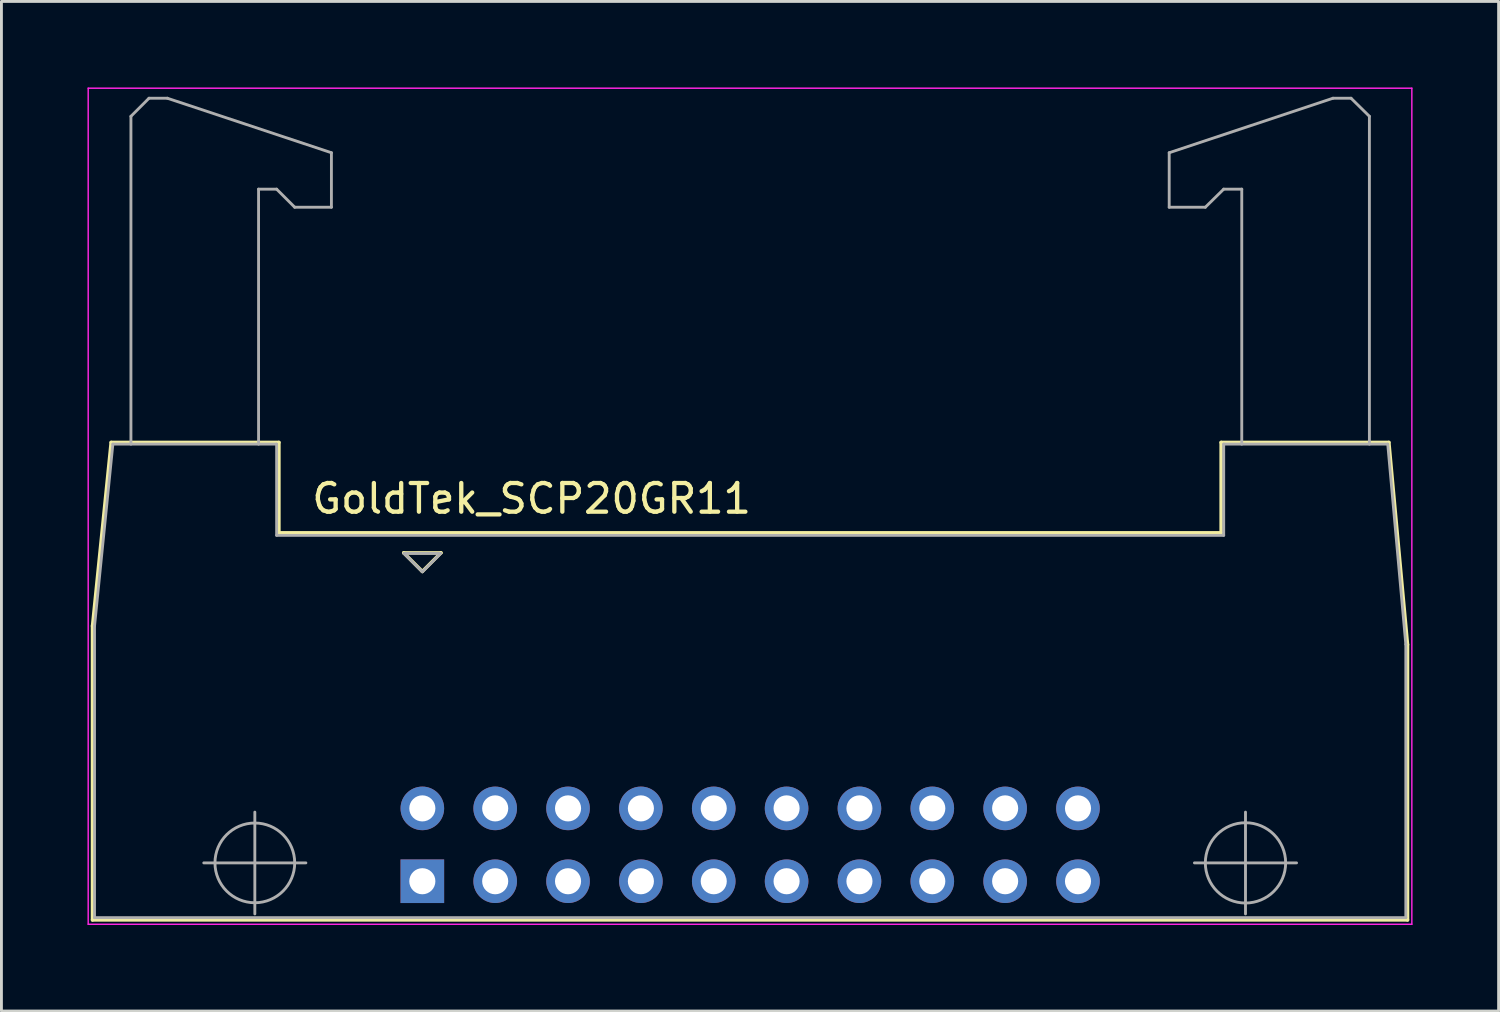
<source format=kicad_pcb>
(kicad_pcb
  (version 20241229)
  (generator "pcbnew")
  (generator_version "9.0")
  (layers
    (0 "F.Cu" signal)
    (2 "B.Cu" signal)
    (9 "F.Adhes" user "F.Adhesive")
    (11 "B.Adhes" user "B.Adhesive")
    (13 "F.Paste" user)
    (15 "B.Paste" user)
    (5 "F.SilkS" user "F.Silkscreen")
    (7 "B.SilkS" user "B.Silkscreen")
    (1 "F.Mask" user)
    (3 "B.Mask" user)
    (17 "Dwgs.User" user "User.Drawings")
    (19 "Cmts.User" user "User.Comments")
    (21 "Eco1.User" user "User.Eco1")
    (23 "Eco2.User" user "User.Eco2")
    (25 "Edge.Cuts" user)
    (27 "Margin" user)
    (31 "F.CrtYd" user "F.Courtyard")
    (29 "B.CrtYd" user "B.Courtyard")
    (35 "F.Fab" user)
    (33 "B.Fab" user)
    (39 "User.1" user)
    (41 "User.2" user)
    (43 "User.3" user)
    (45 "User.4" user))
  (footprint "GoldTek_SCP20GR11"
    (layer "F.Cu")
    (at 11.675 27.675)
    (property "Reference" "GoldTek_SCP20GR11" (at 3.81 -13.34 0) (layer "F.SilkS") (effects (font (size 1 1) (thickness 0.15))))
    (attr through_hole)
    (fp_line (start -11.5 -8.9) (end -10.85 -15.3) (stroke (width 0.12) (type solid)) (layer "F.SilkS"))
    (fp_line (start -11.5 1.35) (end -11.5 -8.9) (stroke (width 0.12) (type solid)) (layer "F.SilkS"))
    (fp_line (start -10.85 -15.3) (end -5 -15.3) (stroke (width 0.12) (type solid)) (layer "F.SilkS"))
    (fp_line (start -5 -15.3) (end -5 -12.15) (stroke (width 0.12) (type solid)) (layer "F.SilkS"))
    (fp_line (start -5 -12.15) (end 27.85 -12.15) (stroke (width 0.12) (type solid)) (layer "F.SilkS"))
    (fp_line (start -0.65 -11.45) (end 0 -10.8) (stroke (width 0.12) (type solid)) (layer "F.SilkS"))
    (fp_line (start 0 -10.8) (end 0.65 -11.45) (stroke (width 0.12) (type solid)) (layer "F.SilkS"))
    (fp_line (start 0.65 -11.45) (end -0.65 -11.45) (stroke (width 0.12) (type solid)) (layer "F.SilkS"))
    (fp_line (start 27.85 -15.3) (end 33.7 -15.3) (stroke (width 0.12) (type solid)) (layer "F.SilkS"))
    (fp_line (start 27.85 -12.15) (end 27.85 -15.3) (stroke (width 0.12) (type solid)) (layer "F.SilkS"))
    (fp_line (start 33.7 -15.3) (end 34.35 -8.25) (stroke (width 0.12) (type solid)) (layer "F.SilkS"))
    (fp_line (start 34.35 -8.25) (end 34.35 1.35) (stroke (width 0.12) (type solid)) (layer "F.SilkS"))
    (fp_line (start 34.35 1.35) (end -11.5 1.35) (stroke (width 0.12) (type solid)) (layer "F.SilkS"))
    (fp_line (start -11.65 -27.65) (end 34.5 -27.65) (stroke (width 0.05) (type solid)) (layer "F.CrtYd"))
    (fp_line (start -11.65 1.5) (end -11.65 -27.65) (stroke (width 0.05) (type solid)) (layer "F.CrtYd"))
    (fp_line (start 34.5 -27.65) (end 34.5 1.5) (stroke (width 0.05) (type solid)) (layer "F.CrtYd"))
    (fp_line (start 34.5 1.5) (end -11.65 1.5) (stroke (width 0.05) (type solid)) (layer "F.CrtYd"))
    (fp_line (start -11.43 -8.89) (end -10.79 -15.24) (stroke (width 0.1) (type solid)) (layer "F.Fab"))
    (fp_line (start -11.43 1.27) (end -11.43 -8.89) (stroke (width 0.1) (type solid)) (layer "F.Fab"))
    (fp_line (start -11.43 1.27) (end 34.29 1.27) (stroke (width 0.1) (type solid)) (layer "F.Fab"))
    (fp_line (start -10.79 -15.24) (end -5.08 -15.24) (stroke (width 0.1) (type solid)) (layer "F.Fab"))
    (fp_line (start -10.16 -26.67) (end -9.53 -27.3) (stroke (width 0.1) (type solid)) (layer "F.Fab"))
    (fp_line (start -10.16 -15.24) (end -10.16 -26.67) (stroke (width 0.1) (type solid)) (layer "F.Fab"))
    (fp_line (start -9.53 -27.3) (end -8.89 -27.3) (stroke (width 0.1) (type solid)) (layer "F.Fab"))
    (fp_line (start -8.89 -27.3) (end -3.17 -25.4) (stroke (width 0.1) (type solid)) (layer "F.Fab"))
    (fp_line (start -7.62 -0.64) (end -4.06 -0.64) (stroke (width 0.1) (type solid)) (layer "F.Fab"))
    (fp_line (start -5.84 -2.41) (end -5.84 1.14) (stroke (width 0.1) (type solid)) (layer "F.Fab"))
    (fp_line (start -5.71 -24.13) (end -5.71 -15.24) (stroke (width 0.1) (type solid)) (layer "F.Fab"))
    (fp_line (start -5.08 -24.13) (end -5.71 -24.13) (stroke (width 0.1) (type solid)) (layer "F.Fab"))
    (fp_line (start -5.08 -15.24) (end -5.08 -12.06) (stroke (width 0.1) (type solid)) (layer "F.Fab"))
    (fp_line (start -4.45 -23.5) (end -5.08 -24.13) (stroke (width 0.1) (type solid)) (layer "F.Fab"))
    (fp_line (start -3.17 -25.4) (end -3.17 -23.5) (stroke (width 0.1) (type solid)) (layer "F.Fab"))
    (fp_line (start -3.17 -23.5) (end -4.45 -23.5) (stroke (width 0.1) (type solid)) (layer "F.Fab"))
    (fp_line (start -0.64 -11.43) (end 0.64 -11.43) (stroke (width 0.1) (type solid)) (layer "F.Fab"))
    (fp_line (start 0 -10.79) (end -0.64 -11.43) (stroke (width 0.1) (type solid)) (layer "F.Fab"))
    (fp_line (start 0.64 -11.43) (end 0 -10.79) (stroke (width 0.1) (type solid)) (layer "F.Fab"))
    (fp_line (start 26.04 -25.4) (end 26.04 -23.5) (stroke (width 0.1) (type solid)) (layer "F.Fab"))
    (fp_line (start 26.04 -23.5) (end 27.3 -23.5) (stroke (width 0.1) (type solid)) (layer "F.Fab"))
    (fp_line (start 26.92 -0.64) (end 30.48 -0.64) (stroke (width 0.1) (type solid)) (layer "F.Fab"))
    (fp_line (start 27.3 -23.5) (end 27.94 -24.13) (stroke (width 0.1) (type solid)) (layer "F.Fab"))
    (fp_line (start 27.94 -24.13) (end 28.57 -24.13) (stroke (width 0.1) (type solid)) (layer "F.Fab"))
    (fp_line (start 27.94 -15.24) (end 27.94 -12.06) (stroke (width 0.1) (type solid)) (layer "F.Fab"))
    (fp_line (start 27.94 -12.06) (end -5.08 -12.06) (stroke (width 0.1) (type solid)) (layer "F.Fab"))
    (fp_line (start 28.57 -24.13) (end 28.57 -15.24) (stroke (width 0.1) (type solid)) (layer "F.Fab"))
    (fp_line (start 28.7 -2.41) (end 28.7 1.14) (stroke (width 0.1) (type solid)) (layer "F.Fab"))
    (fp_line (start 31.75 -27.3) (end 26.04 -25.4) (stroke (width 0.1) (type solid)) (layer "F.Fab"))
    (fp_line (start 32.38 -27.3) (end 31.75 -27.3) (stroke (width 0.1) (type solid)) (layer "F.Fab"))
    (fp_line (start 33.02 -26.67) (end 32.38 -27.3) (stroke (width 0.1) (type solid)) (layer "F.Fab"))
    (fp_line (start 33.02 -15.24) (end 33.02 -26.67) (stroke (width 0.1) (type solid)) (layer "F.Fab"))
    (fp_line (start 33.66 -15.24) (end 27.94 -15.24) (stroke (width 0.1) (type solid)) (layer "F.Fab"))
    (fp_line (start 34.29 -8.26) (end 33.66 -15.24) (stroke (width 0.1) (type solid)) (layer "F.Fab"))
    (fp_line (start 34.29 1.27) (end 34.29 -8.26) (stroke (width 0.1) (type solid)) (layer "F.Fab"))
    (fp_circle (center -5.84 -0.64) (end -4.45 -0.64) (stroke (width 0.1) (type solid)) (fill no) (layer "F.Fab"))
    (fp_circle (center 28.7 -0.64) (end 30.1 -0.64) (stroke (width 0.1) (type solid)) (fill no) (layer "F.Fab"))
    (pad "1" thru_hole rect (at 0 0) (size 1.52 1.52) (drill 0.91) (layers "*.Cu" "*.Mask"))
    (pad "2" thru_hole circle (at 0 -2.54) (size 1.52 1.52) (drill 0.91) (layers "*.Cu" "*.Mask"))
    (pad "3" thru_hole circle (at 2.54 0) (size 1.52 1.52) (drill 0.91) (layers "*.Cu" "*.Mask"))
    (pad "4" thru_hole circle (at 2.54 -2.54) (size 1.52 1.52) (drill 0.91) (layers "*.Cu" "*.Mask"))
    (pad "5" thru_hole circle (at 5.08 0) (size 1.52 1.52) (drill 0.91) (layers "*.Cu" "*.Mask"))
    (pad "6" thru_hole circle (at 5.08 -2.54) (size 1.52 1.52) (drill 0.91) (layers "*.Cu" "*.Mask"))
    (pad "7" thru_hole circle (at 7.62 0) (size 1.52 1.52) (drill 0.91) (layers "*.Cu" "*.Mask"))
    (pad "8" thru_hole circle (at 7.62 -2.54) (size 1.52 1.52) (drill 0.91) (layers "*.Cu" "*.Mask"))
    (pad "9" thru_hole circle (at 10.16 0) (size 1.52 1.52) (drill 0.91) (layers "*.Cu" "*.Mask"))
    (pad "10" thru_hole circle (at 10.16 -2.54) (size 1.52 1.52) (drill 0.91) (layers "*.Cu" "*.Mask"))
    (pad "11" thru_hole circle (at 12.7 0) (size 1.52 1.52) (drill 0.91) (layers "*.Cu" "*.Mask"))
    (pad "12" thru_hole circle (at 12.7 -2.54) (size 1.52 1.52) (drill 0.91) (layers "*.Cu" "*.Mask"))
    (pad "13" thru_hole circle (at 15.24 0) (size 1.52 1.52) (drill 0.91) (layers "*.Cu" "*.Mask"))
    (pad "14" thru_hole circle (at 15.24 -2.54) (size 1.52 1.52) (drill 0.91) (layers "*.Cu" "*.Mask"))
    (pad "15" thru_hole circle (at 17.78 0) (size 1.52 1.52) (drill 0.91) (layers "*.Cu" "*.Mask"))
    (pad "16" thru_hole circle (at 17.78 -2.54) (size 1.52 1.52) (drill 0.91) (layers "*.Cu" "*.Mask"))
    (pad "17" thru_hole circle (at 20.32 0) (size 1.52 1.52) (drill 0.91) (layers "*.Cu" "*.Mask"))
    (pad "18" thru_hole circle (at 20.32 -2.54) (size 1.52 1.52) (drill 0.91) (layers "*.Cu" "*.Mask"))
    (pad "19" thru_hole circle (at 22.86 0) (size 1.52 1.52) (drill 0.91) (layers "*.Cu" "*.Mask"))
    (pad "20" thru_hole circle (at 22.86 -2.54) (size 1.52 1.52) (drill 0.91) (layers "*.Cu" "*.Mask")))
  (gr_rect
    (start -3 -3)
    (end 49.2 32.2)
    (stroke (width 0.1) (type default))
    (fill no)
    (layer "Edge.Cuts")))
</source>
